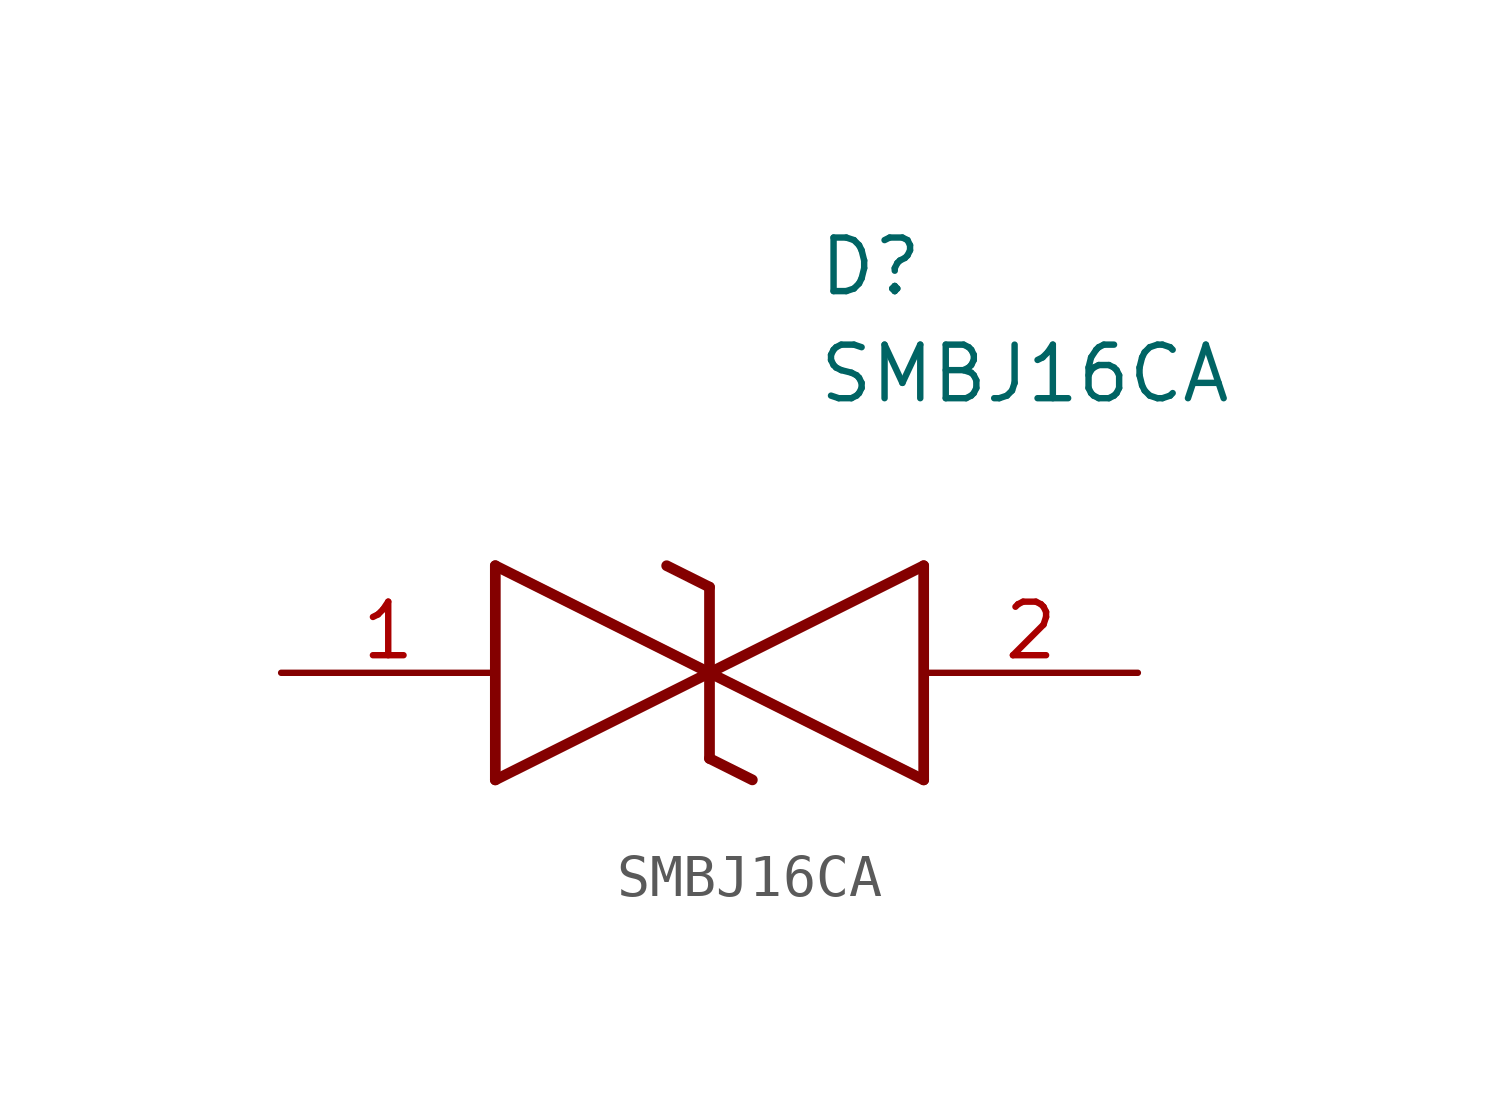
<source format=kicad_sym>
(kicad_symbol_lib
  (version 20211014)
  (generator SamacSys_ECAD_Model)
  (symbol "SMBJ16CA"
    (pin_names hide)
    (property "Reference" "D"
      (at 12.7 8.89 0)
      (effects (font (size 1.27 1.27)) (justify left bottom)))
    (property "Value" "SMBJ16CA"
      (at 12.7 6.35 0)
      (effects (font (size 1.27 1.27)) (justify left bottom)))
    (polyline
      (pts (xy 10.16 0) (xy 5.08 -2.54))
      (stroke (width 0.254) (type default))
      (fill (type none)))
    (polyline
      (pts (xy 5.08 2.54) (xy 5.08 -2.54))
      (stroke (width 0.254) (type default))
      (fill (type none)))
    (polyline
      (pts (xy 5.08 2.54) (xy 10.16 0))
      (stroke (width 0.254) (type default))
      (fill (type none)))
    (polyline
      (pts (xy 10.16 0) (xy 15.24 -2.54))
      (stroke (width 0.254) (type default))
      (fill (type none)))
    (polyline
      (pts (xy 15.24 2.54) (xy 15.24 -2.54))
      (stroke (width 0.254) (type default))
      (fill (type none)))
    (polyline
      (pts (xy 15.24 2.54) (xy 10.16 0))
      (stroke (width 0.254) (type default))
      (fill (type none)))
    (polyline
      (pts (xy 10.16 -2.032) (xy 10.16 2.032))
      (stroke (width 0.254) (type default))
      (fill (type none)))
    (polyline
      (pts (xy 9.144 2.54) (xy 10.16 2.032))
      (stroke (width 0.254) (type default))
      (fill (type none)))
    (polyline
      (pts (xy 10.16 -2.032) (xy 11.176 -2.54))
      (stroke (width 0.254) (type default))
      (fill (type none)))
    (pin passive line
      (at 0 0 0)
      (length 5.08)
      (name "1" (effects (font (size 1.27 1.27))))
      (number "1" (effects (font (size 1.27 1.27)))))
    (pin passive line
      (at 20.32 0 180)
      (length 5.08)
      (name "2" (effects (font (size 1.27 1.27))))
      (number "2" (effects (font (size 1.27 1.27)))))))
</source>
